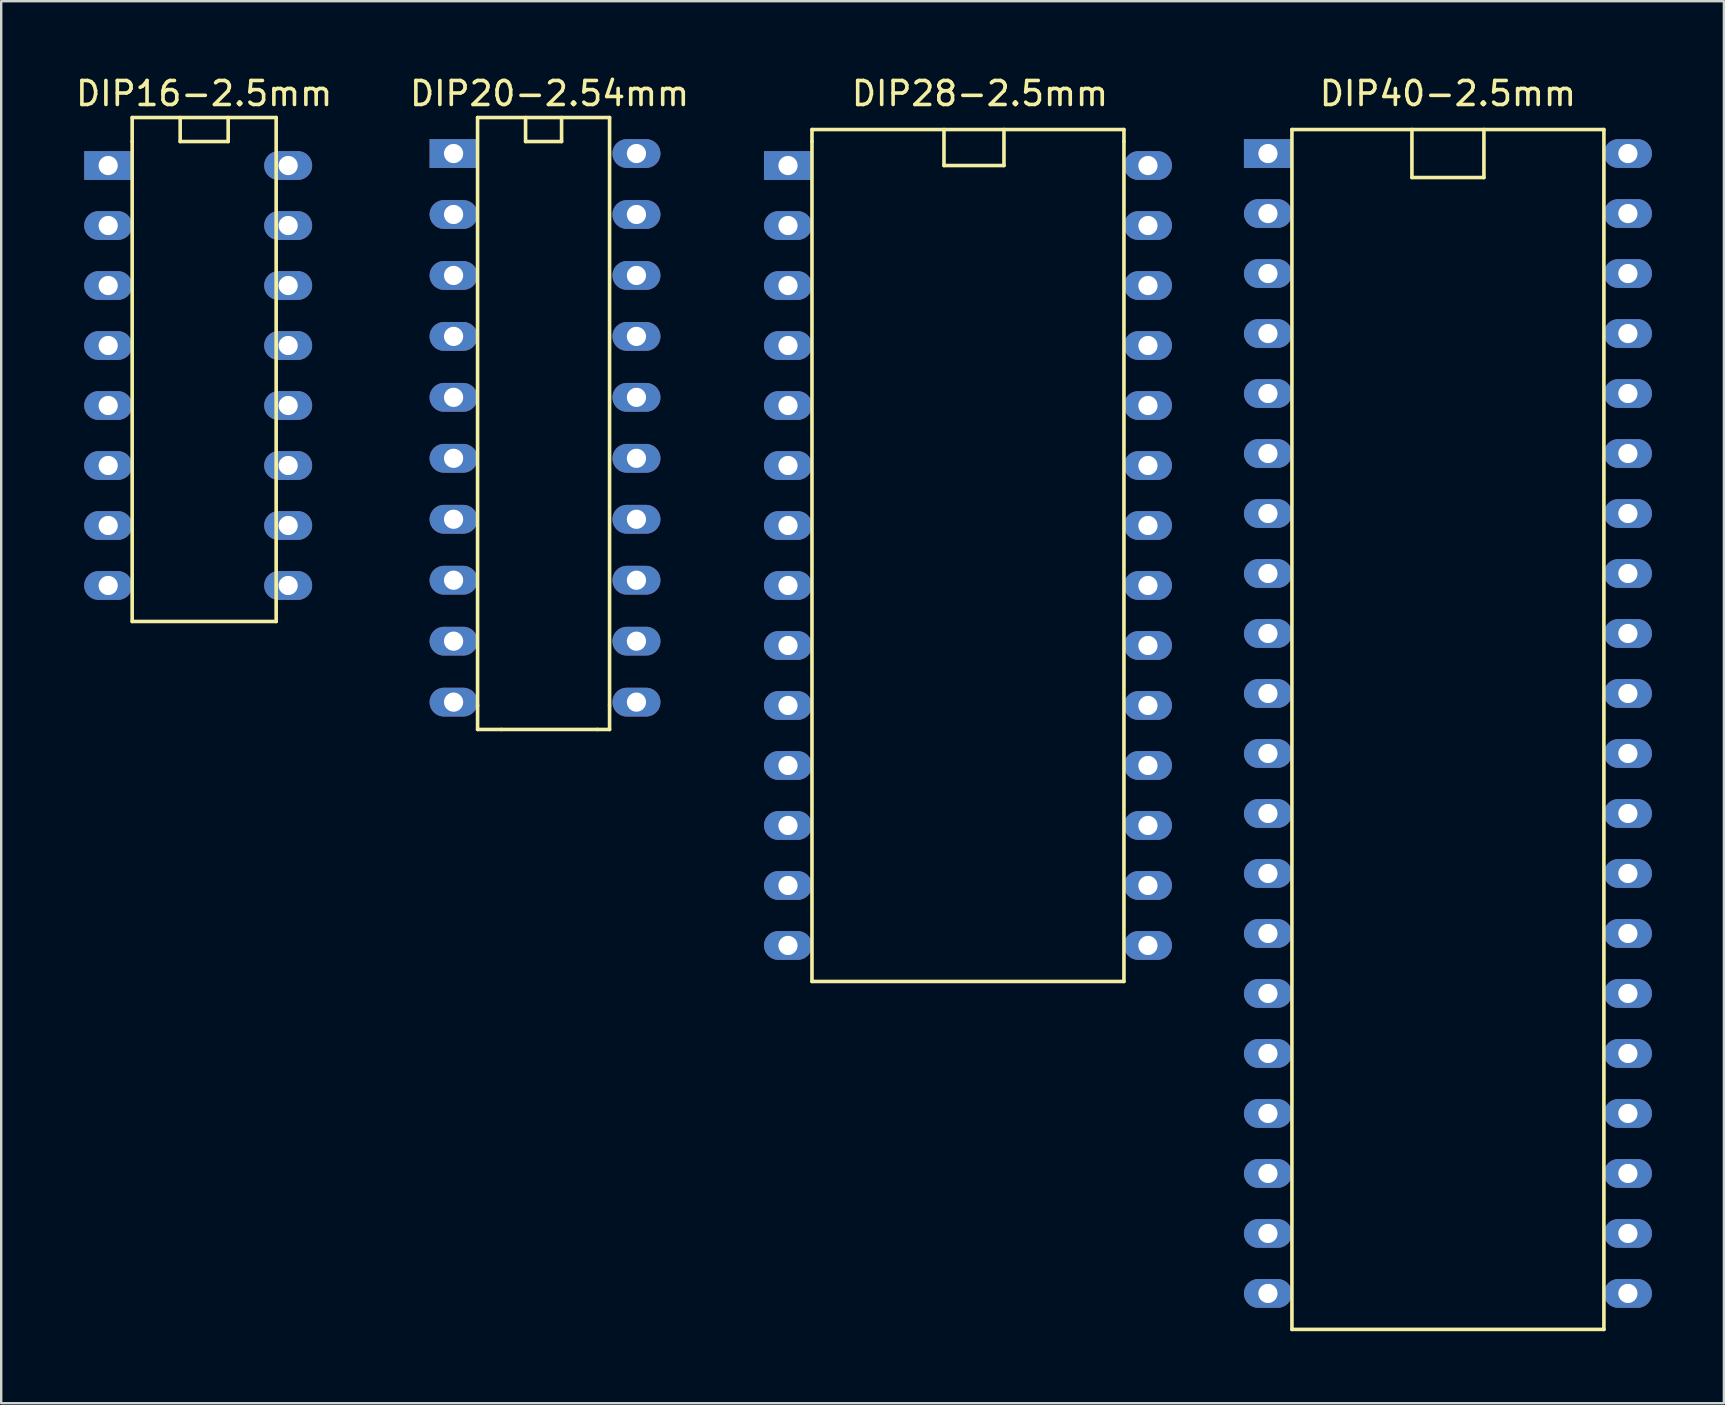
<source format=kicad_pcb>
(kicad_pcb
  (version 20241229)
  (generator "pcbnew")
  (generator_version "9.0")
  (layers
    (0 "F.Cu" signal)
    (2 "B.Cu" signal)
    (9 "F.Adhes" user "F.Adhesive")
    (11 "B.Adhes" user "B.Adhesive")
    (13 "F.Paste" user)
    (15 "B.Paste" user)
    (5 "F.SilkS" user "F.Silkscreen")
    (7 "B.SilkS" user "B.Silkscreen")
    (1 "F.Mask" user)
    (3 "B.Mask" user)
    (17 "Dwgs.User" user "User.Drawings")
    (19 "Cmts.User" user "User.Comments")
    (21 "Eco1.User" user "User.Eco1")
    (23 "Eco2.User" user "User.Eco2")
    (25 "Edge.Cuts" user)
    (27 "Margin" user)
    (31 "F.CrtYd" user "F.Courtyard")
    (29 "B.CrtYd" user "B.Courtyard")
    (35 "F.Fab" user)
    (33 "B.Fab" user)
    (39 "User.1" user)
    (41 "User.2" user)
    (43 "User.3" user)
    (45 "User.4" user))
  (footprint "DIP16-2.5mm"
    (layer "F.Cu")
    (at 1.458 3.848)
    (property "Reference" "DIP16-2.5mm" (at 4 -3 0) (layer "F.SilkS") (effects (font (size 1 1) (thickness 0.15))))
    (attr through_hole)
    (fp_line (start 1 -2) (end 1 -1) (stroke (width 0.15) (type solid)) (layer "F.SilkS"))
    (fp_line (start 1 -1) (end 1 19) (stroke (width 0.15) (type solid)) (layer "F.SilkS"))
    (fp_line (start 1 19) (end 7 19) (stroke (width 0.15) (type solid)) (layer "F.SilkS"))
    (fp_line (start 3 -2) (end 3 -1) (stroke (width 0.15) (type solid)) (layer "F.SilkS"))
    (fp_line (start 3 -1) (end 5 -1) (stroke (width 0.15) (type solid)) (layer "F.SilkS"))
    (fp_line (start 5 -1) (end 5 -2) (stroke (width 0.15) (type solid)) (layer "F.SilkS"))
    (fp_line (start 7 -2) (end 1 -2) (stroke (width 0.15) (type solid)) (layer "F.SilkS"))
    (fp_line (start 7 19) (end 7 -2) (stroke (width 0.15) (type solid)) (layer "F.SilkS"))
    (pad "1" thru_hole rect (at 0 0) (size 2 1.2) (drill 0.8) (layers "*.Cu" "*.Mask"))
    (pad "2" thru_hole oval (at 0 2.5) (size 2 1.2) (drill 0.8) (layers "*.Cu" "*.Mask"))
    (pad "3" thru_hole oval (at 0 5) (size 2 1.2) (drill 0.8) (layers "*.Cu" "*.Mask"))
    (pad "4" thru_hole oval (at 0 7.5) (size 2 1.2) (drill 0.8) (layers "*.Cu" "*.Mask"))
    (pad "5" thru_hole oval (at 0 10) (size 2 1.2) (drill 0.8) (layers "*.Cu" "*.Mask"))
    (pad "6" thru_hole oval (at 0 12.5) (size 2 1.2) (drill 0.8) (layers "*.Cu" "*.Mask"))
    (pad "7" thru_hole oval (at 0 15) (size 2 1.2) (drill 0.8) (layers "*.Cu" "*.Mask"))
    (pad "8" thru_hole oval (at 0 17.5) (size 2 1.2) (drill 0.8) (layers "*.Cu" "*.Mask"))
    (pad "9" thru_hole oval (at 7.5 17.5) (size 2 1.2) (drill 0.8) (layers "*.Cu" "*.Mask"))
    (pad "10" thru_hole oval (at 7.5 15) (size 2 1.2) (drill 0.8) (layers "*.Cu" "*.Mask"))
    (pad "11" thru_hole oval (at 7.5 12.5) (size 2 1.2) (drill 0.8) (layers "*.Cu" "*.Mask"))
    (pad "12" thru_hole oval (at 7.5 10) (size 2 1.2) (drill 0.8) (layers "*.Cu" "*.Mask"))
    (pad "13" thru_hole oval (at 7.5 7.5) (size 2 1.2) (drill 0.8) (layers "*.Cu" "*.Mask"))
    (pad "14" thru_hole oval (at 7.5 5) (size 2 1.2) (drill 0.8) (layers "*.Cu" "*.Mask"))
    (pad "15" thru_hole oval (at 7.5 2.5) (size 2 1.2) (drill 0.8) (layers "*.Cu" "*.Mask"))
    (pad "16" thru_hole oval (at 7.5 0) (size 2 1.2) (drill 0.8) (layers "*.Cu" "*.Mask")))
  (footprint "DIP20-2.54mm"
    (layer "F.Cu")
    (at 15.851 3.348)
    (property "Reference" "DIP20-2.54mm" (at 4 -2.5 0) (layer "F.SilkS") (effects (font (size 1 1) (thickness 0.15))))
    (attr through_hole)
    (fp_line (start 1 -1.5) (end 1 23) (stroke (width 0.15) (type solid)) (layer "F.SilkS"))
    (fp_line (start 1 -1.5) (end 6.5 -1.5) (stroke (width 0.15) (type solid)) (layer "F.SilkS"))
    (fp_line (start 1 23) (end 1 24) (stroke (width 0.15) (type solid)) (layer "F.SilkS"))
    (fp_line (start 1 24) (end 2 24) (stroke (width 0.15) (type solid)) (layer "F.SilkS"))
    (fp_line (start 2 24) (end 6 24) (stroke (width 0.15) (type solid)) (layer "F.SilkS"))
    (fp_line (start 3 -1.5) (end 3 -0.5) (stroke (width 0.15) (type solid)) (layer "F.SilkS"))
    (fp_line (start 3 -0.5) (end 4.5 -0.5) (stroke (width 0.15) (type solid)) (layer "F.SilkS"))
    (fp_line (start 4.5 -0.5) (end 4.5 -1.5) (stroke (width 0.15) (type solid)) (layer "F.SilkS"))
    (fp_line (start 6 24) (end 6.5 24) (stroke (width 0.15) (type solid)) (layer "F.SilkS"))
    (fp_line (start 6.5 -1.5) (end 6.5 23) (stroke (width 0.15) (type solid)) (layer "F.SilkS"))
    (fp_line (start 6.5 24) (end 6.5 23) (stroke (width 0.15) (type solid)) (layer "F.SilkS"))
    (pad "1" thru_hole rect (at 0 0) (size 2 1.2) (drill 0.8) (layers "*.Cu" "*.Mask"))
    (pad "2" thru_hole oval (at 0 2.54) (size 2 1.2) (drill 0.8) (layers "*.Cu" "*.Mask"))
    (pad "3" thru_hole oval (at 0 5.08) (size 2 1.2) (drill 0.8) (layers "*.Cu" "*.Mask"))
    (pad "4" thru_hole oval (at 0 7.62) (size 2 1.2) (drill 0.8) (layers "*.Cu" "*.Mask"))
    (pad "5" thru_hole oval (at 0 10.16) (size 2 1.2) (drill 0.8) (layers "*.Cu" "*.Mask"))
    (pad "6" thru_hole oval (at 0 12.7) (size 2 1.2) (drill 0.8) (layers "*.Cu" "*.Mask"))
    (pad "7" thru_hole oval (at 0 15.24) (size 2 1.2) (drill 0.8) (layers "*.Cu" "*.Mask"))
    (pad "8" thru_hole oval (at 0 17.78) (size 2 1.2) (drill 0.8) (layers "*.Cu" "*.Mask"))
    (pad "9" thru_hole oval (at 0 20.32) (size 2 1.2) (drill 0.8) (layers "*.Cu" "*.Mask"))
    (pad "10" thru_hole oval (at 0 22.86) (size 2 1.2) (drill 0.8) (layers "*.Cu" "*.Mask"))
    (pad "11" thru_hole oval (at 7.62 22.86) (size 2 1.2) (drill 0.8) (layers "*.Cu" "*.Mask"))
    (pad "12" thru_hole oval (at 7.62 20.32) (size 2 1.2) (drill 0.8) (layers "*.Cu" "*.Mask"))
    (pad "13" thru_hole oval (at 7.62 17.78) (size 2 1.2) (drill 0.8) (layers "*.Cu" "*.Mask"))
    (pad "14" thru_hole oval (at 7.62 15.24) (size 2 1.2) (drill 0.8) (layers "*.Cu" "*.Mask"))
    (pad "15" thru_hole oval (at 7.62 12.7) (size 2 1.2) (drill 0.8) (layers "*.Cu" "*.Mask"))
    (pad "16" thru_hole oval (at 7.62 10.16) (size 2 1.2) (drill 0.8) (layers "*.Cu" "*.Mask"))
    (pad "17" thru_hole oval (at 7.62 7.62) (size 2 1.2) (drill 0.8) (layers "*.Cu" "*.Mask"))
    (pad "18" thru_hole oval (at 7.62 5.08) (size 2 1.2) (drill 0.8) (layers "*.Cu" "*.Mask"))
    (pad "19" thru_hole oval (at 7.62 2.54) (size 2 1.2) (drill 0.8) (layers "*.Cu" "*.Mask"))
    (pad "20" thru_hole oval (at 7.62 0) (size 2 1.2) (drill 0.8) (layers "*.Cu" "*.Mask")))
  (footprint "DIP40-2.5mm"
    (layer "F.Cu")
    (at 49.786 3.348)
    (property "Reference" "DIP40-2.5mm" (at 7.5 -2.5 0) (layer "F.SilkS") (effects (font (size 1 1) (thickness 0.15))))
    (attr through_hole)
    (fp_line (start 1 -1) (end 1 49) (stroke (width 0.15) (type solid)) (layer "F.SilkS"))
    (fp_line (start 1 49) (end 14 49) (stroke (width 0.15) (type solid)) (layer "F.SilkS"))
    (fp_line (start 6 -1) (end 6 1) (stroke (width 0.15) (type solid)) (layer "F.SilkS"))
    (fp_line (start 6 1) (end 9 1) (stroke (width 0.15) (type solid)) (layer "F.SilkS"))
    (fp_line (start 9 1) (end 9 -1) (stroke (width 0.15) (type solid)) (layer "F.SilkS"))
    (fp_line (start 14 -1) (end 1 -1) (stroke (width 0.15) (type solid)) (layer "F.SilkS"))
    (fp_line (start 14 49) (end 14 -1) (stroke (width 0.15) (type solid)) (layer "F.SilkS"))
    (pad "1" thru_hole rect (at 0 0) (size 2 1.2) (drill 0.8) (layers "*.Cu" "*.Mask"))
    (pad "2" thru_hole oval (at 0 2.5) (size 2 1.2) (drill 0.8) (layers "*.Cu" "*.Mask"))
    (pad "3" thru_hole oval (at 0 5) (size 2 1.2) (drill 0.8) (layers "*.Cu" "*.Mask"))
    (pad "4" thru_hole oval (at 0 7.5) (size 2 1.2) (drill 0.8) (layers "*.Cu" "*.Mask"))
    (pad "5" thru_hole oval (at 0 10) (size 2 1.2) (drill 0.8) (layers "*.Cu" "*.Mask"))
    (pad "6" thru_hole oval (at 0 12.5) (size 2 1.2) (drill 0.8) (layers "*.Cu" "*.Mask"))
    (pad "7" thru_hole oval (at 0 15) (size 2 1.2) (drill 0.8) (layers "*.Cu" "*.Mask"))
    (pad "8" thru_hole oval (at 0 17.5) (size 2 1.2) (drill 0.8) (layers "*.Cu" "*.Mask"))
    (pad "9" thru_hole oval (at 0 20) (size 2 1.2) (drill 0.8) (layers "*.Cu" "*.Mask"))
    (pad "10" thru_hole oval (at 0 22.5) (size 2 1.2) (drill 0.8) (layers "*.Cu" "*.Mask"))
    (pad "11" thru_hole oval (at 0 25) (size 2 1.2) (drill 0.8) (layers "*.Cu" "*.Mask"))
    (pad "12" thru_hole oval (at 0 27.5) (size 2 1.2) (drill 0.8) (layers "*.Cu" "*.Mask"))
    (pad "13" thru_hole oval (at 0 30) (size 2 1.2) (drill 0.8) (layers "*.Cu" "*.Mask"))
    (pad "14" thru_hole oval (at 0 32.5) (size 2 1.2) (drill 0.8) (layers "*.Cu" "*.Mask"))
    (pad "15" thru_hole oval (at 0 35) (size 2 1.2) (drill 0.8) (layers "*.Cu" "*.Mask"))
    (pad "16" thru_hole oval (at 0 37.5) (size 2 1.2) (drill 0.8) (layers "*.Cu" "*.Mask"))
    (pad "17" thru_hole oval (at 0 40) (size 2 1.2) (drill 0.8) (layers "*.Cu" "*.Mask"))
    (pad "18" thru_hole oval (at 0 42.5) (size 2 1.2) (drill 0.8) (layers "*.Cu" "*.Mask"))
    (pad "19" thru_hole oval (at 0 45) (size 2 1.2) (drill 0.8) (layers "*.Cu" "*.Mask"))
    (pad "20" thru_hole oval (at 0 47.5) (size 2 1.2) (drill 0.8) (layers "*.Cu" "*.Mask"))
    (pad "21" thru_hole oval (at 15 47.5) (size 2 1.2) (drill 0.8) (layers "*.Cu" "*.Mask"))
    (pad "22" thru_hole oval (at 15 45) (size 2 1.2) (drill 0.8) (layers "*.Cu" "*.Mask"))
    (pad "23" thru_hole oval (at 15 42.5) (size 2 1.2) (drill 0.8) (layers "*.Cu" "*.Mask"))
    (pad "24" thru_hole oval (at 15 40) (size 2 1.2) (drill 0.8) (layers "*.Cu" "*.Mask"))
    (pad "25" thru_hole oval (at 15 37.5) (size 2 1.2) (drill 0.8) (layers "*.Cu" "*.Mask"))
    (pad "26" thru_hole oval (at 15 35) (size 2 1.2) (drill 0.8) (layers "*.Cu" "*.Mask"))
    (pad "27" thru_hole oval (at 15 32.5) (size 2 1.2) (drill 0.8) (layers "*.Cu" "*.Mask"))
    (pad "28" thru_hole oval (at 15 30) (size 2 1.2) (drill 0.8) (layers "*.Cu" "*.Mask"))
    (pad "29" thru_hole oval (at 15 27.5) (size 2 1.2) (drill 0.8) (layers "*.Cu" "*.Mask"))
    (pad "30" thru_hole oval (at 15 25) (size 2 1.2) (drill 0.8) (layers "*.Cu" "*.Mask"))
    (pad "31" thru_hole oval (at 15 22.5) (size 2 1.2) (drill 0.8) (layers "*.Cu" "*.Mask"))
    (pad "32" thru_hole oval (at 15 20) (size 2 1.2) (drill 0.8) (layers "*.Cu" "*.Mask"))
    (pad "33" thru_hole oval (at 15 17.5) (size 2 1.2) (drill 0.8) (layers "*.Cu" "*.Mask"))
    (pad "34" thru_hole oval (at 15 15) (size 2 1.2) (drill 0.8) (layers "*.Cu" "*.Mask"))
    (pad "35" thru_hole oval (at 15 12.5) (size 2 1.2) (drill 0.8) (layers "*.Cu" "*.Mask"))
    (pad "36" thru_hole oval (at 15 10) (size 2 1.2) (drill 0.8) (layers "*.Cu" "*.Mask"))
    (pad "37" thru_hole oval (at 15 7.5) (size 2 1.2) (drill 0.8) (layers "*.Cu" "*.Mask"))
    (pad "38" thru_hole oval (at 15 5) (size 2 1.2) (drill 0.8) (layers "*.Cu" "*.Mask"))
    (pad "39" thru_hole oval (at 15 2.5) (size 2 1.2) (drill 0.8) (layers "*.Cu" "*.Mask"))
    (pad "40" thru_hole oval (at 15 0) (size 2 1.2) (drill 0.8) (layers "*.Cu" "*.Mask")))
  (footprint "DIP28-2.5mm"
    (layer "F.Cu")
    (at 29.786 3.848)
    (property "Reference" "DIP28-2.5mm" (at 8 -3 0) (layer "F.SilkS") (effects (font (size 1 1) (thickness 0.15))))
    (attr through_hole)
    (fp_line (start 1 -1.5) (end 14 -1.5) (stroke (width 0.15) (type solid)) (layer "F.SilkS"))
    (fp_line (start 1 -1) (end 1 -1.5) (stroke (width 0.15) (type solid)) (layer "F.SilkS"))
    (fp_line (start 1 34) (end 1 -1) (stroke (width 0.15) (type solid)) (layer "F.SilkS"))
    (fp_line (start 1 34) (end 14 34) (stroke (width 0.15) (type solid)) (layer "F.SilkS"))
    (fp_line (start 6.5 -1.5) (end 6.5 0) (stroke (width 0.15) (type solid)) (layer "F.SilkS"))
    (fp_line (start 6.5 0) (end 9 0) (stroke (width 0.15) (type solid)) (layer "F.SilkS"))
    (fp_line (start 9 0) (end 9 -1.5) (stroke (width 0.15) (type solid)) (layer "F.SilkS"))
    (fp_line (start 14 -1.5) (end 14 -1) (stroke (width 0.15) (type solid)) (layer "F.SilkS"))
    (fp_line (start 14 34) (end 14 -1) (stroke (width 0.15) (type solid)) (layer "F.SilkS"))
    (pad "1" thru_hole rect (at 0 0) (size 2 1.2) (drill 0.8) (layers "*.Cu" "*.Mask"))
    (pad "2" thru_hole oval (at 0 2.5) (size 2 1.2) (drill 0.8) (layers "*.Cu" "*.Mask"))
    (pad "3" thru_hole oval (at 0 5) (size 2 1.2) (drill 0.8) (layers "*.Cu" "*.Mask"))
    (pad "4" thru_hole oval (at 0 7.5) (size 2 1.2) (drill 0.8) (layers "*.Cu" "*.Mask"))
    (pad "5" thru_hole oval (at 0 10) (size 2 1.2) (drill 0.8) (layers "*.Cu" "*.Mask"))
    (pad "6" thru_hole oval (at 0 12.5) (size 2 1.2) (drill 0.8) (layers "*.Cu" "*.Mask"))
    (pad "7" thru_hole oval (at 0 15) (size 2 1.2) (drill 0.8) (layers "*.Cu" "*.Mask"))
    (pad "8" thru_hole oval (at 0 17.5) (size 2 1.2) (drill 0.8) (layers "*.Cu" "*.Mask"))
    (pad "9" thru_hole oval (at 0 20) (size 2 1.2) (drill 0.8) (layers "*.Cu" "*.Mask"))
    (pad "10" thru_hole oval (at 0 22.5) (size 2 1.2) (drill 0.8) (layers "*.Cu" "*.Mask"))
    (pad "11" thru_hole oval (at 0 25) (size 2 1.2) (drill 0.8) (layers "*.Cu" "*.Mask"))
    (pad "12" thru_hole oval (at 0 27.5) (size 2 1.2) (drill 0.8) (layers "*.Cu" "*.Mask"))
    (pad "13" thru_hole oval (at 0 30) (size 2 1.2) (drill 0.8) (layers "*.Cu" "*.Mask"))
    (pad "14" thru_hole oval (at 0 32.5) (size 2 1.2) (drill 0.8) (layers "*.Cu" "*.Mask"))
    (pad "15" thru_hole oval (at 15 32.5) (size 2 1.2) (drill 0.8) (layers "*.Cu" "*.Mask"))
    (pad "16" thru_hole oval (at 15 30) (size 2 1.2) (drill 0.8) (layers "*.Cu" "*.Mask"))
    (pad "17" thru_hole oval (at 15 27.5) (size 2 1.2) (drill 0.8) (layers "*.Cu" "*.Mask"))
    (pad "18" thru_hole oval (at 15 25) (size 2 1.2) (drill 0.8) (layers "*.Cu" "*.Mask"))
    (pad "19" thru_hole oval (at 15 22.5) (size 2 1.2) (drill 0.8) (layers "*.Cu" "*.Mask"))
    (pad "20" thru_hole oval (at 15 20) (size 2 1.2) (drill 0.8) (layers "*.Cu" "*.Mask"))
    (pad "21" thru_hole oval (at 15 17.5) (size 2 1.2) (drill 0.8) (layers "*.Cu" "*.Mask"))
    (pad "22" thru_hole oval (at 15 15) (size 2 1.2) (drill 0.8) (layers "*.Cu" "*.Mask"))
    (pad "23" thru_hole oval (at 15 12.5) (size 2 1.2) (drill 0.8) (layers "*.Cu" "*.Mask"))
    (pad "24" thru_hole oval (at 15 10) (size 2 1.2) (drill 0.8) (layers "*.Cu" "*.Mask"))
    (pad "25" thru_hole oval (at 15 7.5) (size 2 1.2) (drill 0.8) (layers "*.Cu" "*.Mask"))
    (pad "26" thru_hole oval (at 15 5) (size 2 1.2) (drill 0.8) (layers "*.Cu" "*.Mask"))
    (pad "27" thru_hole oval (at 15 2.5) (size 2 1.2) (drill 0.8) (layers "*.Cu" "*.Mask"))
    (pad "28" thru_hole oval (at 15 0) (size 2 1.2) (drill 0.8) (layers "*.Cu" "*.Mask")))
  (gr_rect
    (start -3 -3)
    (end 68.786 55.423)
    (stroke (width 0.1) (type default))
    (fill no)
    (layer "Edge.Cuts")))
</source>
